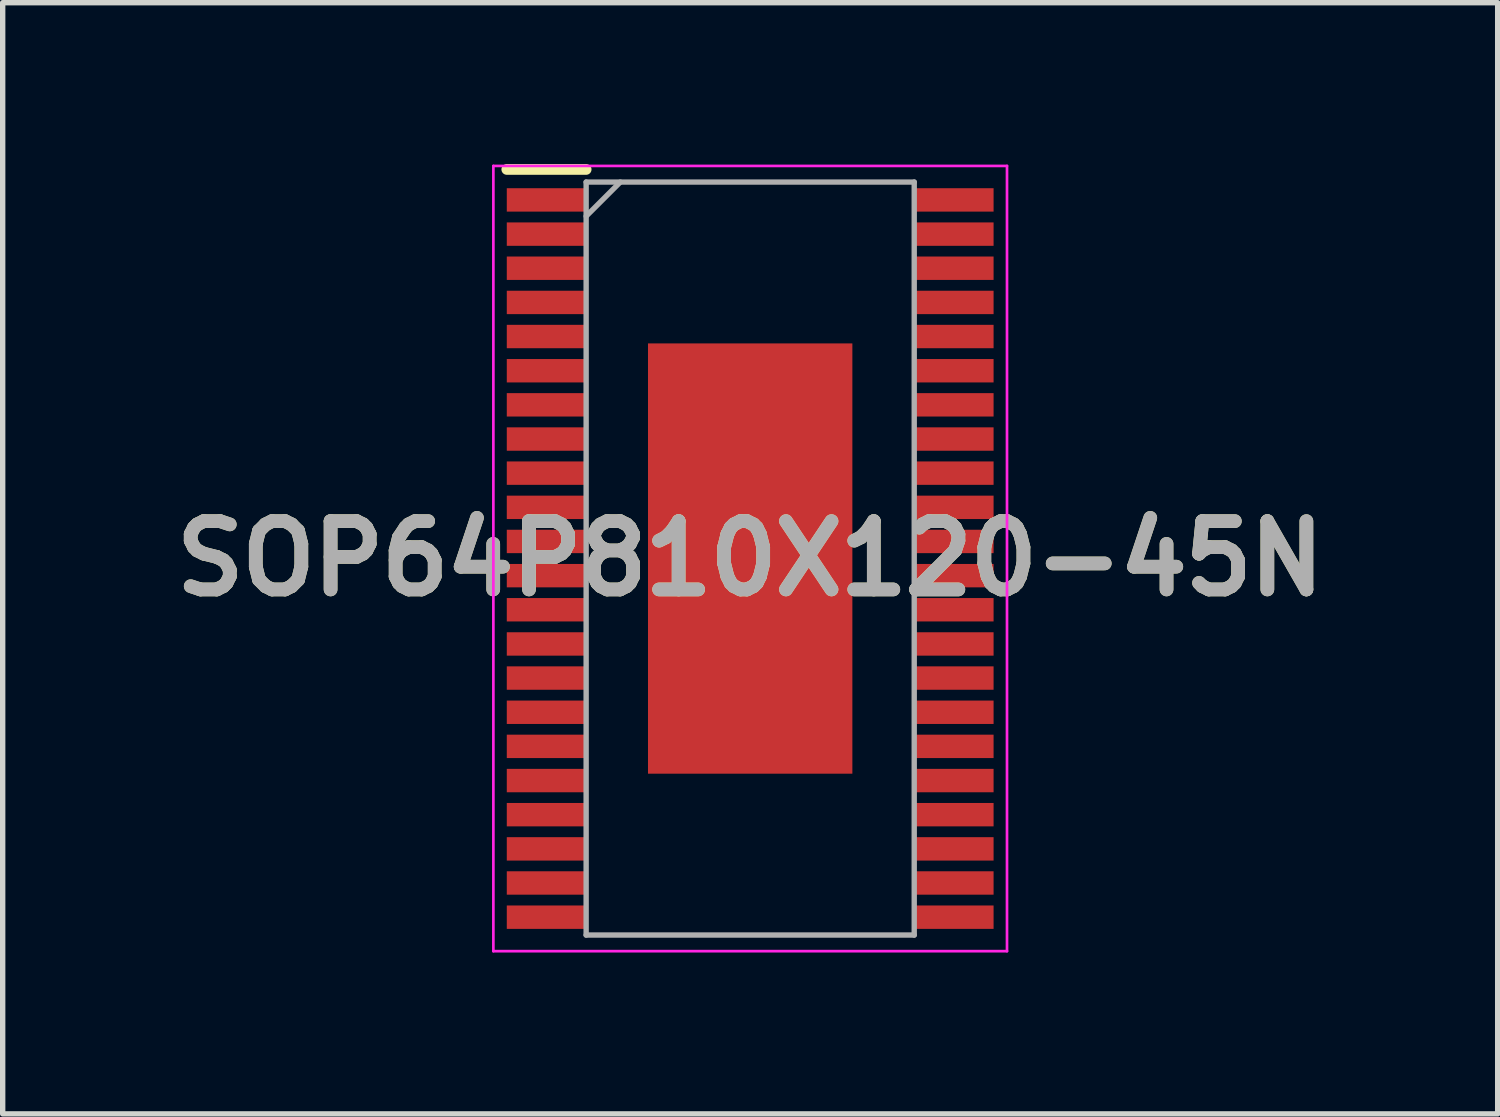
<source format=kicad_pcb>
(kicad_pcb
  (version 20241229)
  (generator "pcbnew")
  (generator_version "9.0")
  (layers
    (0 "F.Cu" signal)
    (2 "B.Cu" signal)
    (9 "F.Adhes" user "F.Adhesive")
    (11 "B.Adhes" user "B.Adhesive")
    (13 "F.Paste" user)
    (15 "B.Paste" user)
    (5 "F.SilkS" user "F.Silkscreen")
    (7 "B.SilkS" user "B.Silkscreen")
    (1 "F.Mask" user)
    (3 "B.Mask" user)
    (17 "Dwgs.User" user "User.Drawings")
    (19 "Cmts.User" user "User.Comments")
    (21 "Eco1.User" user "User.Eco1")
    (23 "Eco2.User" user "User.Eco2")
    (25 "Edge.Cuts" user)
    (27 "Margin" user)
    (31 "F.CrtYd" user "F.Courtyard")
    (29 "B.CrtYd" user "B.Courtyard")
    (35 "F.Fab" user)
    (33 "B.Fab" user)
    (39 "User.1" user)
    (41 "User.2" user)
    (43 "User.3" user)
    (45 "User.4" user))
  (footprint "SOP64P810X120-45N"
    (layer "F.Cu")
    (at 10.898 7.335)
    (property "Reference" "SOP64P810X120-45N" (at 0 0 0) (layer "F.SilkS") (effects (font (size 1.27 1.27) (thickness 0.254))))
    (attr smd)
    (fp_line (start -4.525 -7.235) (end -3.05 -7.235) (stroke (width 0.2) (type solid)) (layer "F.SilkS"))
    (fp_line (start -4.775 -7.3) (end 4.775 -7.3) (stroke (width 0.05) (type solid)) (layer "F.CrtYd"))
    (fp_line (start -4.775 7.3) (end -4.775 -7.3) (stroke (width 0.05) (type solid)) (layer "F.CrtYd"))
    (fp_line (start 4.775 -7.3) (end 4.775 7.3) (stroke (width 0.05) (type solid)) (layer "F.CrtYd"))
    (fp_line (start 4.775 7.3) (end -4.775 7.3) (stroke (width 0.05) (type solid)) (layer "F.CrtYd"))
    (fp_line (start -3.05 -7) (end 3.05 -7) (stroke (width 0.1) (type solid)) (layer "F.Fab"))
    (fp_line (start -3.05 -6.365) (end -2.415 -7) (stroke (width 0.1) (type solid)) (layer "F.Fab"))
    (fp_line (start -3.05 7) (end -3.05 -7) (stroke (width 0.1) (type solid)) (layer "F.Fab"))
    (fp_line (start 3.05 -7) (end 3.05 7) (stroke (width 0.1) (type solid)) (layer "F.Fab"))
    (fp_line (start 3.05 7) (end -3.05 7) (stroke (width 0.1) (type solid)) (layer "F.Fab"))
    (fp_text user "${REFERENCE}" (at 0 0 0) (layer "F.Fab") (effects (font (size 1.27 1.27) (thickness 0.254))))
    (pad "1" smd rect (at -3.788 -6.668 90) (size 0.435 1.475) (layers "F.Cu" "F.Mask" "F.Paste"))
    (pad "2" smd rect (at -3.788 -6.032 90) (size 0.435 1.475) (layers "F.Cu" "F.Mask" "F.Paste"))
    (pad "3" smd rect (at -3.788 -5.398 90) (size 0.435 1.475) (layers "F.Cu" "F.Mask" "F.Paste"))
    (pad "4" smd rect (at -3.788 -4.762 90) (size 0.435 1.475) (layers "F.Cu" "F.Mask" "F.Paste"))
    (pad "5" smd rect (at -3.788 -4.128 90) (size 0.435 1.475) (layers "F.Cu" "F.Mask" "F.Paste"))
    (pad "6" smd rect (at -3.788 -3.492 90) (size 0.435 1.475) (layers "F.Cu" "F.Mask" "F.Paste"))
    (pad "7" smd rect (at -3.788 -2.858 90) (size 0.435 1.475) (layers "F.Cu" "F.Mask" "F.Paste"))
    (pad "8" smd rect (at -3.788 -2.222 90) (size 0.435 1.475) (layers "F.Cu" "F.Mask" "F.Paste"))
    (pad "9" smd rect (at -3.788 -1.588 90) (size 0.435 1.475) (layers "F.Cu" "F.Mask" "F.Paste"))
    (pad "10" smd rect (at -3.788 -0.952 90) (size 0.435 1.475) (layers "F.Cu" "F.Mask" "F.Paste"))
    (pad "11" smd rect (at -3.788 -0.318 90) (size 0.435 1.475) (layers "F.Cu" "F.Mask" "F.Paste"))
    (pad "12" smd rect (at -3.788 0.318 90) (size 0.435 1.475) (layers "F.Cu" "F.Mask" "F.Paste"))
    (pad "13" smd rect (at -3.788 0.952 90) (size 0.435 1.475) (layers "F.Cu" "F.Mask" "F.Paste"))
    (pad "14" smd rect (at -3.788 1.588 90) (size 0.435 1.475) (layers "F.Cu" "F.Mask" "F.Paste"))
    (pad "15" smd rect (at -3.788 2.222 90) (size 0.435 1.475) (layers "F.Cu" "F.Mask" "F.Paste"))
    (pad "16" smd rect (at -3.788 2.858 90) (size 0.435 1.475) (layers "F.Cu" "F.Mask" "F.Paste"))
    (pad "17" smd rect (at -3.788 3.492 90) (size 0.435 1.475) (layers "F.Cu" "F.Mask" "F.Paste"))
    (pad "18" smd rect (at -3.788 4.128 90) (size 0.435 1.475) (layers "F.Cu" "F.Mask" "F.Paste"))
    (pad "19" smd rect (at -3.788 4.762 90) (size 0.435 1.475) (layers "F.Cu" "F.Mask" "F.Paste"))
    (pad "20" smd rect (at -3.788 5.398 90) (size 0.435 1.475) (layers "F.Cu" "F.Mask" "F.Paste"))
    (pad "21" smd rect (at -3.788 6.032 90) (size 0.435 1.475) (layers "F.Cu" "F.Mask" "F.Paste"))
    (pad "22" smd rect (at -3.788 6.668 90) (size 0.435 1.475) (layers "F.Cu" "F.Mask" "F.Paste"))
    (pad "23" smd rect (at 3.788 6.668 90) (size 0.435 1.475) (layers "F.Cu" "F.Mask" "F.Paste"))
    (pad "24" smd rect (at 3.788 6.032 90) (size 0.435 1.475) (layers "F.Cu" "F.Mask" "F.Paste"))
    (pad "25" smd rect (at 3.788 5.398 90) (size 0.435 1.475) (layers "F.Cu" "F.Mask" "F.Paste"))
    (pad "26" smd rect (at 3.788 4.762 90) (size 0.435 1.475) (layers "F.Cu" "F.Mask" "F.Paste"))
    (pad "27" smd rect (at 3.788 4.128 90) (size 0.435 1.475) (layers "F.Cu" "F.Mask" "F.Paste"))
    (pad "28" smd rect (at 3.788 3.492 90) (size 0.435 1.475) (layers "F.Cu" "F.Mask" "F.Paste"))
    (pad "29" smd rect (at 3.788 2.858 90) (size 0.435 1.475) (layers "F.Cu" "F.Mask" "F.Paste"))
    (pad "30" smd rect (at 3.788 2.222 90) (size 0.435 1.475) (layers "F.Cu" "F.Mask" "F.Paste"))
    (pad "31" smd rect (at 3.788 1.588 90) (size 0.435 1.475) (layers "F.Cu" "F.Mask" "F.Paste"))
    (pad "32" smd rect (at 3.788 0.952 90) (size 0.435 1.475) (layers "F.Cu" "F.Mask" "F.Paste"))
    (pad "33" smd rect (at 3.788 0.318 90) (size 0.435 1.475) (layers "F.Cu" "F.Mask" "F.Paste"))
    (pad "34" smd rect (at 3.788 -0.318 90) (size 0.435 1.475) (layers "F.Cu" "F.Mask" "F.Paste"))
    (pad "35" smd rect (at 3.788 -0.952 90) (size 0.435 1.475) (layers "F.Cu" "F.Mask" "F.Paste"))
    (pad "36" smd rect (at 3.788 -1.588 90) (size 0.435 1.475) (layers "F.Cu" "F.Mask" "F.Paste"))
    (pad "37" smd rect (at 3.788 -2.222 90) (size 0.435 1.475) (layers "F.Cu" "F.Mask" "F.Paste"))
    (pad "38" smd rect (at 3.788 -2.858 90) (size 0.435 1.475) (layers "F.Cu" "F.Mask" "F.Paste"))
    (pad "39" smd rect (at 3.788 -3.492 90) (size 0.435 1.475) (layers "F.Cu" "F.Mask" "F.Paste"))
    (pad "40" smd rect (at 3.788 -4.128 90) (size 0.435 1.475) (layers "F.Cu" "F.Mask" "F.Paste"))
    (pad "41" smd rect (at 3.788 -4.762 90) (size 0.435 1.475) (layers "F.Cu" "F.Mask" "F.Paste"))
    (pad "42" smd rect (at 3.788 -5.398 90) (size 0.435 1.475) (layers "F.Cu" "F.Mask" "F.Paste"))
    (pad "43" smd rect (at 3.788 -6.032 90) (size 0.435 1.475) (layers "F.Cu" "F.Mask" "F.Paste"))
    (pad "44" smd rect (at 3.788 -6.668 90) (size 0.435 1.475) (layers "F.Cu" "F.Mask" "F.Paste"))
    (pad "45" smd rect (at 0 0) (size 3.8 8) (layers "F.Cu" "F.Mask" "F.Paste")))
  (gr_rect
    (start -3 -3)
    (end 24.796 17.66)
    (stroke (width 0.1) (type default))
    (fill no)
    (layer "Edge.Cuts")))
</source>
